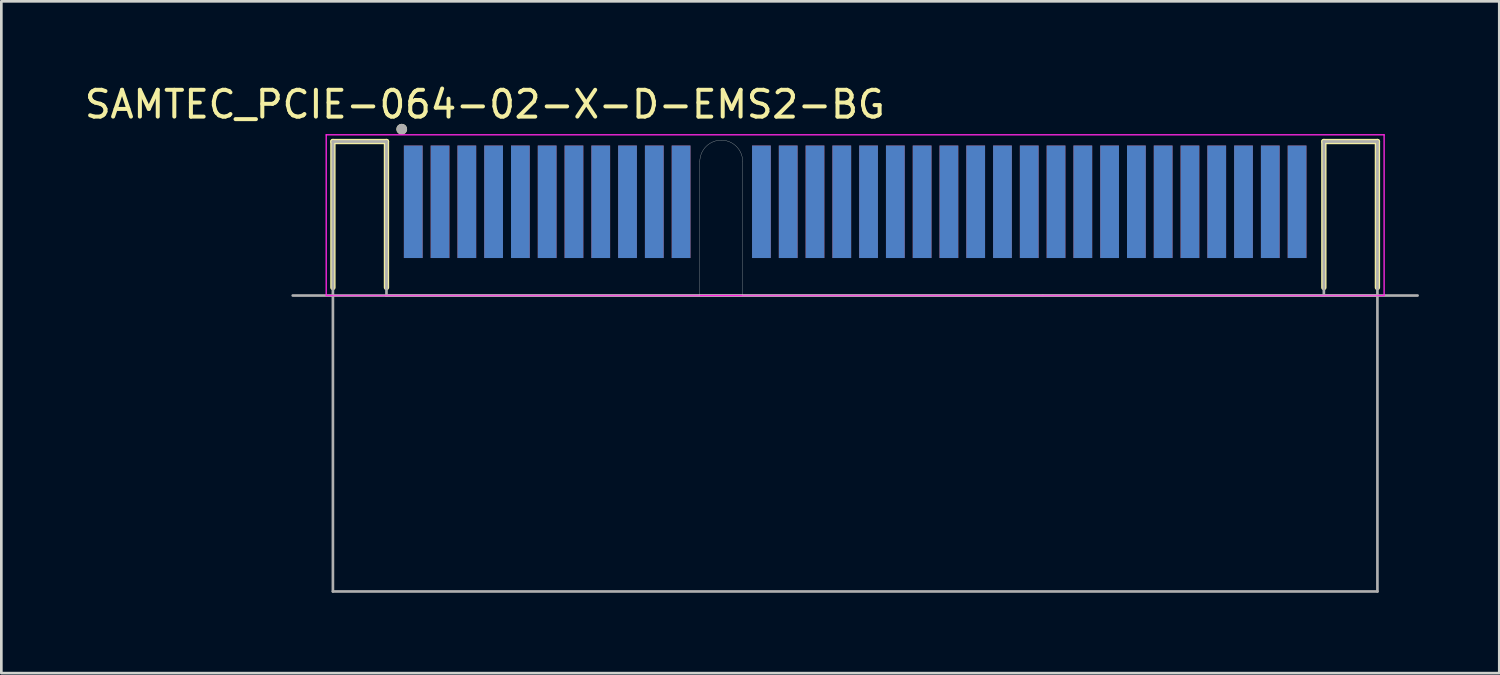
<source format=kicad_pcb>
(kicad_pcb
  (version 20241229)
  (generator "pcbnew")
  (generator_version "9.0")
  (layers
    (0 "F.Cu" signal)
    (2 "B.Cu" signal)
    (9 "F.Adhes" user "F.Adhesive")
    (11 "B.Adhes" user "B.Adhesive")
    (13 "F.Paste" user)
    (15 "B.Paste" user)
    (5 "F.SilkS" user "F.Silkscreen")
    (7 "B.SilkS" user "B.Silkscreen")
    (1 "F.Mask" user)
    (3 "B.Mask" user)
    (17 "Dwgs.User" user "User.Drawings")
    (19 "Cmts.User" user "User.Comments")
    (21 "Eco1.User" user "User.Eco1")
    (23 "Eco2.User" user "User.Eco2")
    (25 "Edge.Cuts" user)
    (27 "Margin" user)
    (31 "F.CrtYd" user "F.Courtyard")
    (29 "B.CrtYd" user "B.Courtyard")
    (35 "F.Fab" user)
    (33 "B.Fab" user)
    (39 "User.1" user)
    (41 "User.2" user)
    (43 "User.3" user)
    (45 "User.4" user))
  (footprint "SAMTEC_PCIE-064-02-X-D-EMS2-BG"
    (layer "F.Cu")
    (at 28.88 7.984)
    (property "Reference" "SAMTEC_PCIE-064-02-X-D-EMS2-BG" (at -13.826 -7.136 0) (layer "F.SilkS") (effects (font (size 1 1) (thickness 0.15))))
    (attr smd)
    (fp_line (start -19.5 -5.75) (end -17.5 -5.75) (stroke (width 0.2) (type solid)) (layer "F.SilkS"))
    (fp_line (start -19.5 -0.3) (end -19.5 -5.75) (stroke (width 0.2) (type solid)) (layer "F.SilkS"))
    (fp_line (start -17.5 -5.75) (end -17.5 -0.3) (stroke (width 0.2) (type solid)) (layer "F.SilkS"))
    (fp_line (start 17.5 -5.75) (end 19.5 -5.75) (stroke (width 0.2) (type solid)) (layer "F.SilkS"))
    (fp_line (start 17.5 -0.3) (end 17.5 -5.75) (stroke (width 0.2) (type solid)) (layer "F.SilkS"))
    (fp_line (start 19.5 -5.75) (end 19.5 -0.3) (stroke (width 0.2) (type solid)) (layer "F.SilkS"))
    (fp_circle (center -16.93 -6.21) (end -16.83 -6.21) (stroke (width 0.2) (type solid)) (fill no) (layer "F.SilkS"))
    (fp_line (start -5.8 0) (end -19.5 0) (stroke (width 0.01) (type solid)) (layer "Edge.Cuts"))
    (fp_line (start -5.8 0) (end -5.8 -5) (stroke (width 0.01) (type solid)) (layer "Edge.Cuts"))
    (fp_line (start -4.2 -5) (end -4.2 0) (stroke (width 0.01) (type solid)) (layer "Edge.Cuts"))
    (fp_line (start -4.2 0) (end 19.51 0) (stroke (width 0.01) (type solid)) (layer "Edge.Cuts"))
    (fp_arc (start -5.8 -5) (mid -5.565685 -5.565685) (end -5 -5.8) (stroke (width 0.01) (type solid)) (layer "Edge.Cuts"))
    (fp_arc (start -5 -5.8) (mid -4.434315 -5.565685) (end -4.2 -5) (stroke (width 0.01) (type solid)) (layer "Edge.Cuts"))
    (fp_line (start -19.75 -6) (end 19.75 -6) (stroke (width 0.05) (type solid)) (layer "F.CrtYd"))
    (fp_line (start -19.75 0) (end -19.75 -6) (stroke (width 0.05) (type solid)) (layer "F.CrtYd"))
    (fp_line (start 19.75 -6) (end 19.75 0) (stroke (width 0.05) (type solid)) (layer "F.CrtYd"))
    (fp_line (start 19.75 0) (end -19.75 0) (stroke (width 0.05) (type solid)) (layer "F.CrtYd"))
    (fp_line (start -21 0) (end -19.5 0) (stroke (width 0.1) (type solid)) (layer "F.Fab"))
    (fp_line (start -19.5 -5.75) (end -17.5 -5.75) (stroke (width 0.1) (type solid)) (layer "F.Fab"))
    (fp_line (start -19.5 0) (end -19.5 -5.75) (stroke (width 0.1) (type solid)) (layer "F.Fab"))
    (fp_line (start -19.5 0) (end -19.5 11.05) (stroke (width 0.1) (type solid)) (layer "F.Fab"))
    (fp_line (start -19.5 11.05) (end 19.5 11.05) (stroke (width 0.1) (type solid)) (layer "F.Fab"))
    (fp_line (start -17.5 -5.75) (end -17.5 0) (stroke (width 0.1) (type solid)) (layer "F.Fab"))
    (fp_line (start -17.5 0) (end -19.5 0) (stroke (width 0.1) (type solid)) (layer "F.Fab"))
    (fp_line (start -17.5 0) (end 7 0) (stroke (width 0.1) (type solid)) (layer "F.Fab"))
    (fp_line (start -17.5 0) (end 21 0) (stroke (width 0.1) (type solid)) (layer "F.Fab"))
    (fp_line (start 17.5 -5.75) (end 19.5 -5.75) (stroke (width 0.1) (type solid)) (layer "F.Fab"))
    (fp_line (start 17.5 0) (end 7 0) (stroke (width 0.1) (type solid)) (layer "F.Fab"))
    (fp_line (start 17.5 0) (end 17.5 -5.75) (stroke (width 0.1) (type solid)) (layer "F.Fab"))
    (fp_line (start 19.5 -5.75) (end 19.5 0) (stroke (width 0.1) (type solid)) (layer "F.Fab"))
    (fp_line (start 19.5 0) (end 17.5 0) (stroke (width 0.1) (type solid)) (layer "F.Fab"))
    (fp_line (start 19.5 11.05) (end 19.5 0) (stroke (width 0.1) (type solid)) (layer "F.Fab"))
    (fp_circle (center -16.93 -6.21) (end -16.83 -6.21) (stroke (width 0.2) (type solid)) (fill no) (layer "F.Fab"))
    (pad "A01" smd rect (at -16.5 -3.5) (size 0.7 4.2) (layers "F.Cu" "F.Mask" "F.Paste"))
    (pad "A02" smd rect (at -15.5 -3.5) (size 0.7 4.2) (layers "F.Cu" "F.Mask" "F.Paste"))
    (pad "A03" smd rect (at -14.5 -3.5) (size 0.7 4.2) (layers "F.Cu" "F.Mask" "F.Paste"))
    (pad "A04" smd rect (at -13.5 -3.5) (size 0.7 4.2) (layers "F.Cu" "F.Mask" "F.Paste"))
    (pad "A05" smd rect (at -12.5 -3.5) (size 0.7 4.2) (layers "F.Cu" "F.Mask" "F.Paste"))
    (pad "A06" smd rect (at -11.5 -3.5) (size 0.7 4.2) (layers "F.Cu" "F.Mask" "F.Paste"))
    (pad "A07" smd rect (at -10.5 -3.5) (size 0.7 4.2) (layers "F.Cu" "F.Mask" "F.Paste"))
    (pad "A08" smd rect (at -9.5 -3.5) (size 0.7 4.2) (layers "F.Cu" "F.Mask" "F.Paste"))
    (pad "A09" smd rect (at -8.5 -3.5) (size 0.7 4.2) (layers "F.Cu" "F.Mask" "F.Paste"))
    (pad "A10" smd rect (at -7.5 -3.5) (size 0.7 4.2) (layers "F.Cu" "F.Mask" "F.Paste"))
    (pad "A11" smd rect (at -6.5 -3.5) (size 0.7 4.2) (layers "F.Cu" "F.Mask" "F.Paste"))
    (pad "A12" smd rect (at -3.5 -3.5) (size 0.7 4.2) (layers "F.Cu" "F.Mask" "F.Paste"))
    (pad "A13" smd rect (at -2.5 -3.5) (size 0.7 4.2) (layers "F.Cu" "F.Mask" "F.Paste"))
    (pad "A14" smd rect (at -1.5 -3.5) (size 0.7 4.2) (layers "F.Cu" "F.Mask" "F.Paste"))
    (pad "A15" smd rect (at -0.5 -3.5) (size 0.7 4.2) (layers "F.Cu" "F.Mask" "F.Paste"))
    (pad "A16" smd rect (at 0.5 -3.5) (size 0.7 4.2) (layers "F.Cu" "F.Mask" "F.Paste"))
    (pad "A17" smd rect (at 1.5 -3.5) (size 0.7 4.2) (layers "F.Cu" "F.Mask" "F.Paste"))
    (pad "A18" smd rect (at 2.5 -3.5) (size 0.7 4.2) (layers "F.Cu" "F.Mask" "F.Paste"))
    (pad "A19" smd rect (at 3.5 -3.5) (size 0.7 4.2) (layers "F.Cu" "F.Mask" "F.Paste"))
    (pad "A20" smd rect (at 4.5 -3.5) (size 0.7 4.2) (layers "F.Cu" "F.Mask" "F.Paste"))
    (pad "A21" smd rect (at 5.5 -3.5) (size 0.7 4.2) (layers "F.Cu" "F.Mask" "F.Paste"))
    (pad "A22" smd rect (at 6.5 -3.5) (size 0.7 4.2) (layers "F.Cu" "F.Mask" "F.Paste"))
    (pad "A23" smd rect (at 7.5 -3.5) (size 0.7 4.2) (layers "F.Cu" "F.Mask" "F.Paste"))
    (pad "A24" smd rect (at 8.5 -3.5) (size 0.7 4.2) (layers "F.Cu" "F.Mask" "F.Paste"))
    (pad "A25" smd rect (at 9.5 -3.5) (size 0.7 4.2) (layers "F.Cu" "F.Mask" "F.Paste"))
    (pad "A26" smd rect (at 10.5 -3.5) (size 0.7 4.2) (layers "F.Cu" "F.Mask" "F.Paste"))
    (pad "A27" smd rect (at 11.5 -3.5) (size 0.7 4.2) (layers "F.Cu" "F.Mask" "F.Paste"))
    (pad "A28" smd rect (at 12.5 -3.5) (size 0.7 4.2) (layers "F.Cu" "F.Mask" "F.Paste"))
    (pad "A29" smd rect (at 13.5 -3.5) (size 0.7 4.2) (layers "F.Cu" "F.Mask" "F.Paste"))
    (pad "A30" smd rect (at 14.5 -3.5) (size 0.7 4.2) (layers "F.Cu" "F.Mask" "F.Paste"))
    (pad "A31" smd rect (at 15.5 -3.5) (size 0.7 4.2) (layers "F.Cu" "F.Mask" "F.Paste"))
    (pad "A32" smd rect (at 16.5 -3.5) (size 0.7 4.2) (layers "F.Cu" "F.Mask" "F.Paste"))
    (pad "B01" smd rect (at -16.5 -3.5) (size 0.7 4.2) (layers "B.Cu" "B.Mask" "B.Paste"))
    (pad "B02" smd rect (at -15.5 -3.5) (size 0.7 4.2) (layers "B.Cu" "B.Mask" "B.Paste"))
    (pad "B03" smd rect (at -14.5 -3.5) (size 0.7 4.2) (layers "B.Cu" "B.Mask" "B.Paste"))
    (pad "B04" smd rect (at -13.5 -3.5) (size 0.7 4.2) (layers "B.Cu" "B.Mask" "B.Paste"))
    (pad "B05" smd rect (at -12.5 -3.5) (size 0.7 4.2) (layers "B.Cu" "B.Mask" "B.Paste"))
    (pad "B06" smd rect (at -11.5 -3.5) (size 0.7 4.2) (layers "B.Cu" "B.Mask" "B.Paste"))
    (pad "B07" smd rect (at -10.5 -3.5) (size 0.7 4.2) (layers "B.Cu" "B.Mask" "B.Paste"))
    (pad "B08" smd rect (at -9.5 -3.5) (size 0.7 4.2) (layers "B.Cu" "B.Mask" "B.Paste"))
    (pad "B09" smd rect (at -8.5 -3.5) (size 0.7 4.2) (layers "B.Cu" "B.Mask" "B.Paste"))
    (pad "B10" smd rect (at -7.5 -3.5) (size 0.7 4.2) (layers "B.Cu" "B.Mask" "B.Paste"))
    (pad "B11" smd rect (at -6.5 -3.5) (size 0.7 4.2) (layers "B.Cu" "B.Mask" "B.Paste"))
    (pad "B12" smd rect (at -3.5 -3.5) (size 0.7 4.2) (layers "B.Cu" "B.Mask" "B.Paste"))
    (pad "B13" smd rect (at -2.5 -3.5) (size 0.7 4.2) (layers "B.Cu" "B.Mask" "B.Paste"))
    (pad "B14" smd rect (at -1.5 -3.5) (size 0.7 4.2) (layers "B.Cu" "B.Mask" "B.Paste"))
    (pad "B15" smd rect (at -0.5 -3.5) (size 0.7 4.2) (layers "B.Cu" "B.Mask" "B.Paste"))
    (pad "B16" smd rect (at 0.5 -3.5) (size 0.7 4.2) (layers "B.Cu" "B.Mask" "B.Paste"))
    (pad "B17" smd rect (at 1.5 -3.5) (size 0.7 4.2) (layers "B.Cu" "B.Mask" "B.Paste"))
    (pad "B18" smd rect (at 2.5 -3.5) (size 0.7 4.2) (layers "B.Cu" "B.Mask" "B.Paste"))
    (pad "B19" smd rect (at 3.5 -3.5) (size 0.7 4.2) (layers "B.Cu" "B.Mask" "B.Paste"))
    (pad "B20" smd rect (at 4.5 -3.5) (size 0.7 4.2) (layers "B.Cu" "B.Mask" "B.Paste"))
    (pad "B21" smd rect (at 5.5 -3.5) (size 0.7 4.2) (layers "B.Cu" "B.Mask" "B.Paste"))
    (pad "B22" smd rect (at 6.5 -3.5) (size 0.7 4.2) (layers "B.Cu" "B.Mask" "B.Paste"))
    (pad "B23" smd rect (at 7.5 -3.5) (size 0.7 4.2) (layers "B.Cu" "B.Mask" "B.Paste"))
    (pad "B24" smd rect (at 8.5 -3.5) (size 0.7 4.2) (layers "B.Cu" "B.Mask" "B.Paste"))
    (pad "B25" smd rect (at 9.5 -3.5) (size 0.7 4.2) (layers "B.Cu" "B.Mask" "B.Paste"))
    (pad "B26" smd rect (at 10.5 -3.5) (size 0.7 4.2) (layers "B.Cu" "B.Mask" "B.Paste"))
    (pad "B27" smd rect (at 11.5 -3.5) (size 0.7 4.2) (layers "B.Cu" "B.Mask" "B.Paste"))
    (pad "B28" smd rect (at 12.5 -3.5) (size 0.7 4.2) (layers "B.Cu" "B.Mask" "B.Paste"))
    (pad "B29" smd rect (at 13.5 -3.5) (size 0.7 4.2) (layers "B.Cu" "B.Mask" "B.Paste"))
    (pad "B30" smd rect (at 14.5 -3.5) (size 0.7 4.2) (layers "B.Cu" "B.Mask" "B.Paste"))
    (pad "B31" smd rect (at 15.5 -3.5) (size 0.7 4.2) (layers "B.Cu" "B.Mask" "B.Paste"))
    (pad "B32" smd rect (at 16.5 -3.5) (size 0.7 4.2) (layers "B.Cu" "B.Mask" "B.Paste")))
  (gr_rect
    (start -3 -3)
    (end 52.93 22.084)
    (stroke (width 0.1) (type default))
    (fill no)
    (layer "Edge.Cuts")))
</source>
